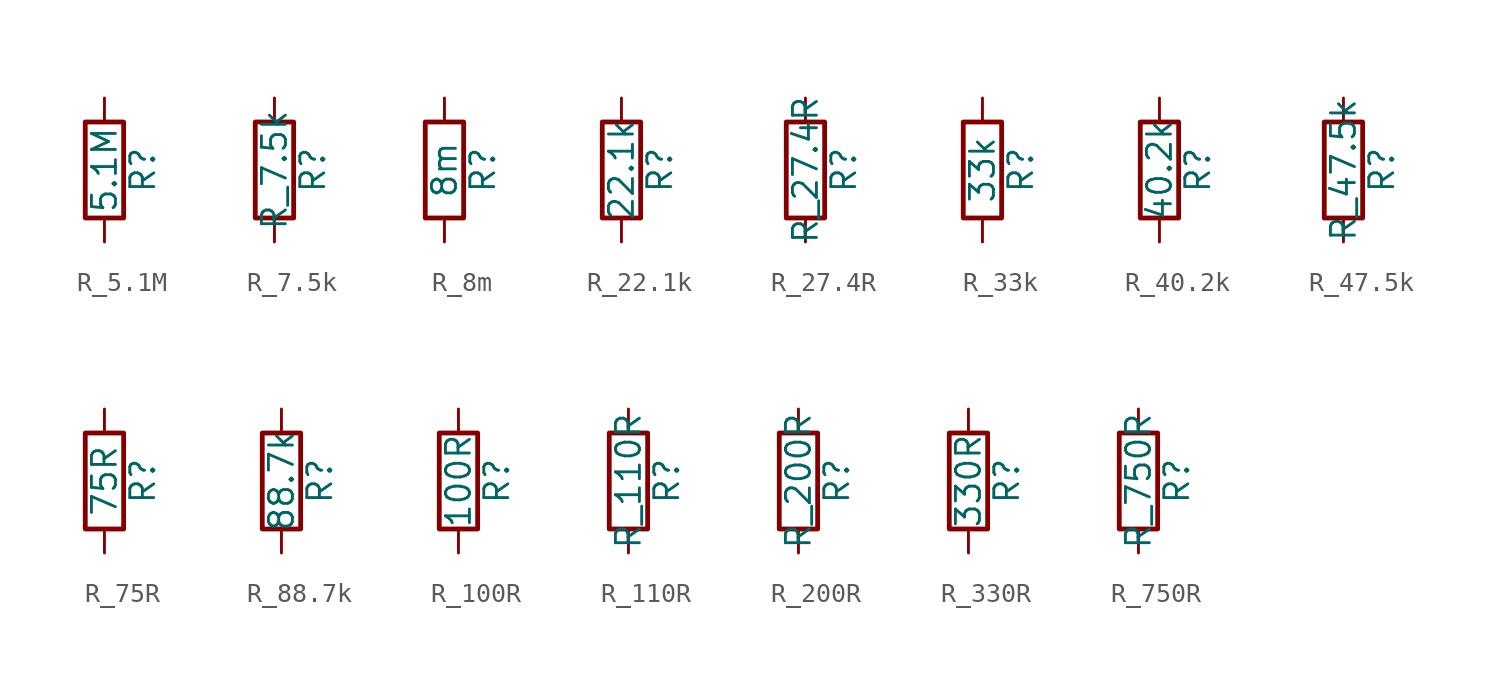
<source format=kicad_sym>
(kicad_symbol_lib
  (version 20241209)
  (generator "kicad_symbol_editor")
  (generator_version "9.0")
  (symbol "R_5.1M"
    (pin_numbers
      (hide yes))
    (pin_names
      (offset 0))
    (property "Reference" "R"
      (at 2.032 0 90)
      (effects (font (size 1.27 1.27))))
    (property "Value" "5.1M"
      (at 0 0 90)
      (effects (font (size 1.27 1.27))))
    (symbol "R_5.1M_0_1"
      (rectangle (start -1.016 -2.54) (end 1.016 2.54) (stroke (width 0.254) (type default)) (fill (type none))))
    (symbol "R_5.1M_1_1"
      (pin passive line (at 0 3.81 270) (length 1.27) (name "~" (effects (font (size 1.27 1.27)))) (number "1" (effects (font (size 1.27 1.27)))))
      (pin passive line (at 0 -3.81 90) (length 1.27) (name "~" (effects (font (size 1.27 1.27)))) (number "2" (effects (font (size 1.27 1.27)))))))
  (symbol "R_7.5k"
    (pin_numbers
      (hide yes))
    (pin_names
      (offset 0))
    (property "Reference" "R"
      (at 2.032 0 90)
      (effects (font (size 1.27 1.27))))
    (property "Value" "R_7.5k"
      (at 0 0 90)
      (effects (font (size 1.27 1.27))))
    (symbol "R_7.5k_0_1"
      (rectangle (start -1.016 -2.54) (end 1.016 2.54) (stroke (width 0.254) (type default)) (fill (type none))))
    (symbol "R_7.5k_1_1"
      (pin passive line (at 0 3.81 270) (length 1.27) (name "~" (effects (font (size 1.27 1.27)))) (number "1" (effects (font (size 1.27 1.27)))))
      (pin passive line (at 0 -3.81 90) (length 1.27) (name "~" (effects (font (size 1.27 1.27)))) (number "2" (effects (font (size 1.27 1.27)))))))
  (symbol "R_8m"
    (pin_numbers
      (hide yes))
    (pin_names
      (offset 0))
    (property "Reference" "R"
      (at 2.032 0 90)
      (effects (font (size 1.27 1.27))))
    (property "Value" "8m"
      (at 0 0 90)
      (effects (font (size 1.27 1.27))))
    (symbol "R_8m_0_1"
      (rectangle (start -1.016 -2.54) (end 1.016 2.54) (stroke (width 0.254) (type default)) (fill (type none))))
    (symbol "R_8m_1_1"
      (pin passive line (at 0 3.81 270) (length 1.27) (name "~" (effects (font (size 1.27 1.27)))) (number "1" (effects (font (size 1.27 1.27)))))
      (pin passive line (at 0 -3.81 90) (length 1.27) (name "~" (effects (font (size 1.27 1.27)))) (number "2" (effects (font (size 1.27 1.27)))))))
  (symbol "R_22.1k"
    (pin_numbers
      (hide yes))
    (pin_names
      (offset 0))
    (property "Reference" "R"
      (at 2.032 0 90)
      (effects (font (size 1.27 1.27))))
    (property "Value" "22.1k"
      (at 0 0 90)
      (effects (font (size 1.27 1.27))))
    (symbol "R_22.1k_0_1"
      (rectangle (start -1.016 -2.54) (end 1.016 2.54) (stroke (width 0.254) (type default)) (fill (type none))))
    (symbol "R_22.1k_1_1"
      (pin passive line (at 0 3.81 270) (length 1.27) (name "~" (effects (font (size 1.27 1.27)))) (number "1" (effects (font (size 1.27 1.27)))))
      (pin passive line (at 0 -3.81 90) (length 1.27) (name "~" (effects (font (size 1.27 1.27)))) (number "2" (effects (font (size 1.27 1.27)))))))
  (symbol "R_27.4R"
    (pin_numbers
      (hide yes))
    (pin_names
      (offset 0))
    (property "Reference" "R"
      (at 2.032 0 90)
      (effects (font (size 1.27 1.27))))
    (property "Value" "R_27.4R"
      (at 0 0 90)
      (effects (font (size 1.27 1.27))))
    (symbol "R_27.4R_0_1"
      (rectangle (start -1.016 -2.54) (end 1.016 2.54) (stroke (width 0.254) (type default)) (fill (type none))))
    (symbol "R_27.4R_1_1"
      (pin passive line (at 0 3.81 270) (length 1.27) (name "~" (effects (font (size 1.27 1.27)))) (number "1" (effects (font (size 1.27 1.27)))))
      (pin passive line (at 0 -3.81 90) (length 1.27) (name "~" (effects (font (size 1.27 1.27)))) (number "2" (effects (font (size 1.27 1.27)))))))
  (symbol "R_33k"
    (pin_numbers
      (hide yes))
    (pin_names
      (offset 0))
    (property "Reference" "R"
      (at 2.032 0 90)
      (effects (font (size 1.27 1.27))))
    (property "Value" "33k"
      (at 0 0 90)
      (effects (font (size 1.27 1.27))))
    (symbol "R_33k_0_1"
      (rectangle (start -1.016 -2.54) (end 1.016 2.54) (stroke (width 0.254) (type default)) (fill (type none))))
    (symbol "R_33k_1_1"
      (pin passive line (at 0 3.81 270) (length 1.27) (name "~" (effects (font (size 1.27 1.27)))) (number "1" (effects (font (size 1.27 1.27)))))
      (pin passive line (at 0 -3.81 90) (length 1.27) (name "~" (effects (font (size 1.27 1.27)))) (number "2" (effects (font (size 1.27 1.27)))))))
  (symbol "R_40.2k"
    (pin_numbers
      (hide yes))
    (pin_names
      (offset 0))
    (property "Reference" "R"
      (at 2.032 0 90)
      (effects (font (size 1.27 1.27))))
    (property "Value" "40.2k"
      (at 0 0 90)
      (effects (font (size 1.27 1.27))))
    (symbol "R_40.2k_0_1"
      (rectangle (start -1.016 2.54) (end 1.016 -2.54) (stroke (width 0.254) (type default)) (fill (type none))))
    (symbol "R_40.2k_1_1"
      (pin passive line (at 0 3.81 270) (length 1.27) (name "~" (effects (font (size 1.27 1.27)))) (number "1" (effects (font (size 1.27 1.27)))))
      (pin passive line (at 0 -3.81 90) (length 1.27) (name "~" (effects (font (size 1.27 1.27)))) (number "2" (effects (font (size 1.27 1.27)))))))
  (symbol "R_47.5k"
    (pin_numbers
      (hide yes))
    (pin_names
      (offset 0))
    (property "Reference" "R"
      (at 2.032 0 90)
      (effects (font (size 1.27 1.27))))
    (property "Value" "R_47.5k"
      (at 0 0 90)
      (effects (font (size 1.27 1.27))))
    (symbol "R_47.5k_0_1"
      (rectangle (start -1.016 -2.54) (end 1.016 2.54) (stroke (width 0.254) (type default)) (fill (type none))))
    (symbol "R_47.5k_1_1"
      (pin passive line (at 0 3.81 270) (length 1.27) (name "~" (effects (font (size 1.27 1.27)))) (number "1" (effects (font (size 1.27 1.27)))))
      (pin passive line (at 0 -3.81 90) (length 1.27) (name "~" (effects (font (size 1.27 1.27)))) (number "2" (effects (font (size 1.27 1.27)))))))
  (symbol "R_75R"
    (pin_numbers
      (hide yes))
    (pin_names
      (offset 0))
    (property "Reference" "R"
      (at 2.032 0 90)
      (effects (font (size 1.27 1.27))))
    (property "Value" "75R"
      (at 0 0 90)
      (effects (font (size 1.27 1.27))))
    (symbol "R_75R_0_1"
      (rectangle (start -1.016 -2.54) (end 1.016 2.54) (stroke (width 0.254) (type default)) (fill (type none))))
    (symbol "R_75R_1_1"
      (pin passive line (at 0 3.81 270) (length 1.27) (name "~" (effects (font (size 1.27 1.27)))) (number "1" (effects (font (size 1.27 1.27)))))
      (pin passive line (at 0 -3.81 90) (length 1.27) (name "~" (effects (font (size 1.27 1.27)))) (number "2" (effects (font (size 1.27 1.27)))))))
  (symbol "R_88.7k"
    (pin_numbers
      (hide yes))
    (pin_names
      (offset 0))
    (property "Reference" "R"
      (at 2.032 0 90)
      (effects (font (size 1.27 1.27))))
    (property "Value" "88.7k"
      (at 0 0 90)
      (effects (font (size 1.27 1.27))))
    (symbol "R_88.7k_0_1"
      (rectangle (start -1.016 -2.54) (end 1.016 2.54) (stroke (width 0.254) (type default)) (fill (type none))))
    (symbol "R_88.7k_1_1"
      (pin passive line (at 0 3.81 270) (length 1.27) (name "~" (effects (font (size 1.27 1.27)))) (number "1" (effects (font (size 1.27 1.27)))))
      (pin passive line (at 0 -3.81 90) (length 1.27) (name "~" (effects (font (size 1.27 1.27)))) (number "2" (effects (font (size 1.27 1.27)))))))
  (symbol "R_100R"
    (pin_numbers
      (hide yes))
    (pin_names
      (offset 0))
    (property "Reference" "R"
      (at 2.032 0 90)
      (effects (font (size 1.27 1.27))))
    (property "Value" "100R"
      (at 0 0 90)
      (effects (font (size 1.27 1.27))))
    (symbol "R_100R_0_1"
      (rectangle (start -1.016 -2.54) (end 1.016 2.54) (stroke (width 0.254) (type default)) (fill (type none))))
    (symbol "R_100R_1_1"
      (pin passive line (at 0 3.81 270) (length 1.27) (name "~" (effects (font (size 1.27 1.27)))) (number "1" (effects (font (size 1.27 1.27)))))
      (pin passive line (at 0 -3.81 90) (length 1.27) (name "~" (effects (font (size 1.27 1.27)))) (number "2" (effects (font (size 1.27 1.27)))))))
  (symbol "R_110R"
    (pin_numbers
      (hide yes))
    (pin_names
      (offset 0))
    (property "Reference" "R"
      (at 2.032 0 90)
      (effects (font (size 1.27 1.27))))
    (property "Value" "R_110R"
      (at 0 0 90)
      (effects (font (size 1.27 1.27))))
    (symbol "R_110R_0_1"
      (rectangle (start -1.016 -2.54) (end 1.016 2.54) (stroke (width 0.254) (type default)) (fill (type none))))
    (symbol "R_110R_1_1"
      (pin passive line (at 0 3.81 270) (length 1.27) (name "~" (effects (font (size 1.27 1.27)))) (number "1" (effects (font (size 1.27 1.27)))))
      (pin passive line (at 0 -3.81 90) (length 1.27) (name "~" (effects (font (size 1.27 1.27)))) (number "2" (effects (font (size 1.27 1.27)))))))
  (symbol "R_200R"
    (pin_numbers
      (hide yes))
    (pin_names
      (offset 0))
    (property "Reference" "R"
      (at 2.032 0 90)
      (effects (font (size 1.27 1.27))))
    (property "Value" "R_200R"
      (at 0 0 90)
      (effects (font (size 1.27 1.27))))
    (symbol "R_200R_0_1"
      (rectangle (start -1.016 -2.54) (end 1.016 2.54) (stroke (width 0.254) (type default)) (fill (type none))))
    (symbol "R_200R_1_1"
      (pin passive line (at 0 3.81 270) (length 1.27) (name "~" (effects (font (size 1.27 1.27)))) (number "1" (effects (font (size 1.27 1.27)))))
      (pin passive line (at 0 -3.81 90) (length 1.27) (name "~" (effects (font (size 1.27 1.27)))) (number "2" (effects (font (size 1.27 1.27)))))))
  (symbol "R_330R"
    (pin_numbers
      (hide yes))
    (pin_names
      (offset 0))
    (property "Reference" "R"
      (at 2.032 0 90)
      (effects (font (size 1.27 1.27))))
    (property "Value" "330R"
      (at 0 0 90)
      (effects (font (size 1.27 1.27))))
    (symbol "R_330R_0_1"
      (rectangle (start -1.016 -2.54) (end 1.016 2.54) (stroke (width 0.254) (type default)) (fill (type none))))
    (symbol "R_330R_1_1"
      (pin passive line (at 0 3.81 270) (length 1.27) (name "~" (effects (font (size 1.27 1.27)))) (number "1" (effects (font (size 1.27 1.27)))))
      (pin passive line (at 0 -3.81 90) (length 1.27) (name "~" (effects (font (size 1.27 1.27)))) (number "2" (effects (font (size 1.27 1.27)))))))
  (symbol "R_750R"
    (pin_numbers
      (hide yes))
    (pin_names
      (offset 0))
    (property "Reference" "R"
      (at 2.032 0 90)
      (effects (font (size 1.27 1.27))))
    (property "Value" "R_750R"
      (at 0 0 90)
      (effects (font (size 1.27 1.27))))
    (symbol "R_750R_0_1"
      (rectangle (start -1.016 -2.54) (end 1.016 2.54) (stroke (width 0.254) (type default)) (fill (type none))))
    (symbol "R_750R_1_1"
      (pin passive line (at 0 3.81 270) (length 1.27) (name "~" (effects (font (size 1.27 1.27)))) (number "1" (effects (font (size 1.27 1.27)))))
      (pin passive line (at 0 -3.81 90) (length 1.27) (name "~" (effects (font (size 1.27 1.27)))) (number "2" (effects (font (size 1.27 1.27))))))))
</source>
